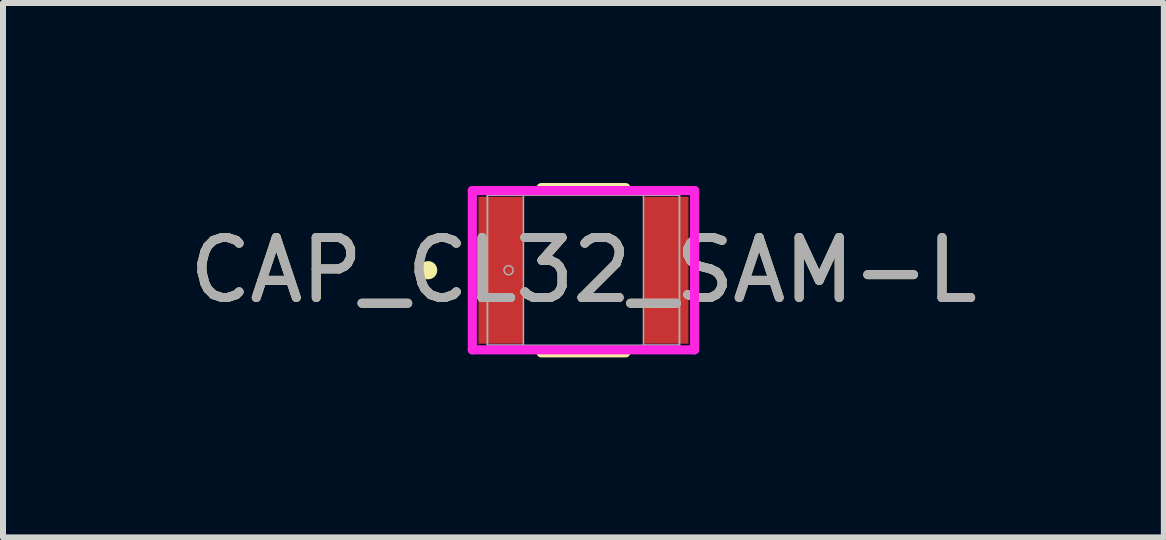
<source format=kicad_pcb>
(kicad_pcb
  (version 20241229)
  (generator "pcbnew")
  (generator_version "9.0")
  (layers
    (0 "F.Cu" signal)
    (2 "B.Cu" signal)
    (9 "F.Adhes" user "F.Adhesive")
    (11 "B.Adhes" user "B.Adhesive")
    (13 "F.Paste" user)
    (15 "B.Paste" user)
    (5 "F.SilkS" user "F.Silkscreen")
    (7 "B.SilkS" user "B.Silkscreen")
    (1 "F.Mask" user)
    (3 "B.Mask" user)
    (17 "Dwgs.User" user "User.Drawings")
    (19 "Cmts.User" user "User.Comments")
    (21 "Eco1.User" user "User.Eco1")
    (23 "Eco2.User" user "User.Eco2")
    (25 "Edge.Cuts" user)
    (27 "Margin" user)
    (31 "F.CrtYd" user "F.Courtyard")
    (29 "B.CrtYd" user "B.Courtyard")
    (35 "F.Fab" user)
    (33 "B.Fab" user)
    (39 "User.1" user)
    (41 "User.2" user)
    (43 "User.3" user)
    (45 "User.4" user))
  (footprint "CAP_CL32_SAM-L"
    (layer "F.Cu")
    (at 6.673 1.453)
    (property "Reference" "CAP_CL32_SAM-L" (at 0 0 0) (unlocked yes) (layer "F.SilkS") (effects (font (size 1 1) (thickness 0.15))))
    (attr smd)
    (fp_line (start -0.704 1.377) (end 0.704 1.377) (stroke (width 0.152) (type solid)) (layer "F.SilkS"))
    (fp_line (start 0.704 -1.377) (end -0.704 -1.377) (stroke (width 0.152) (type solid)) (layer "F.SilkS"))
    (fp_circle (center -2.588 0) (end -2.512 0) (stroke (width 0.152) (type solid)) (fill no) (layer "F.SilkS"))
    (fp_line (start -1.852 -1.327) (end 1.852 -1.327) (stroke (width 0.152) (type solid)) (layer "F.CrtYd"))
    (fp_line (start -1.852 1.327) (end -1.852 -1.327) (stroke (width 0.152) (type solid)) (layer "F.CrtYd"))
    (fp_line (start 1.852 -1.327) (end 1.852 1.327) (stroke (width 0.152) (type solid)) (layer "F.CrtYd"))
    (fp_line (start 1.852 1.327) (end -1.852 1.327) (stroke (width 0.152) (type solid)) (layer "F.CrtYd"))
    (fp_line (start -1.6 -1.25) (end -1.6 1.25) (stroke (width 0.025) (type solid)) (layer "F.Fab"))
    (fp_line (start -1.6 -1.25) (end -1.6 1.25) (stroke (width 0.025) (type solid)) (layer "F.Fab"))
    (fp_line (start -1.6 1.25) (end -1 1.25) (stroke (width 0.025) (type solid)) (layer "F.Fab"))
    (fp_line (start -1.6 1.25) (end 1.6 1.25) (stroke (width 0.025) (type solid)) (layer "F.Fab"))
    (fp_line (start -1 -1.25) (end -1.6 -1.25) (stroke (width 0.025) (type solid)) (layer "F.Fab"))
    (fp_line (start -1 1.25) (end -1 -1.25) (stroke (width 0.025) (type solid)) (layer "F.Fab"))
    (fp_line (start 1 -1.25) (end 1 1.25) (stroke (width 0.025) (type solid)) (layer "F.Fab"))
    (fp_line (start 1 1.25) (end 1.6 1.25) (stroke (width 0.025) (type solid)) (layer "F.Fab"))
    (fp_line (start 1.6 -1.25) (end -1.6 -1.25) (stroke (width 0.025) (type solid)) (layer "F.Fab"))
    (fp_line (start 1.6 -1.25) (end 1 -1.25) (stroke (width 0.025) (type solid)) (layer "F.Fab"))
    (fp_line (start 1.6 1.25) (end 1.6 -1.25) (stroke (width 0.025) (type solid)) (layer "F.Fab"))
    (fp_line (start 1.6 1.25) (end 1.6 -1.25) (stroke (width 0.025) (type solid)) (layer "F.Fab"))
    (fp_circle (center -1.248 0) (end -1.172 0) (stroke (width 0.025) (type solid)) (fill no) (layer "F.Fab"))
    (fp_text user "${REFERENCE}" (at 0 0 0) (unlocked yes) (layer "F.Fab") (effects (font (size 1 1) (thickness 0.15))))
    (pad "1" smd rect (at -1.375 0) (size 0.75 2.45) (layers "F.Cu" "F.Mask" "F.Paste"))
    (pad "2" smd rect (at 1.375 0) (size 0.75 2.45) (layers "F.Cu" "F.Mask" "F.Paste"))
    (zone (net_name "") (layer "F.Cu") (hatch full 0.508) (connect_pads) (min_thickness 0.254) (filled_areas_thickness no) (keepout (tracks not_allowed) (vias not_allowed) (pads allowed) (copperpour not_allowed) (footprints allowed)) (placement (enabled no)) (fill) (polygon (pts (xy 5.723 0.254) (xy 7.622 0.254) (xy 7.622 2.652) (xy 5.723 2.652)))))
  (gr_rect
    (start -3 -3)
    (end 16.345 5.906)
    (stroke (width 0.1) (type default))
    (fill no)
    (layer "Edge.Cuts")))
</source>
